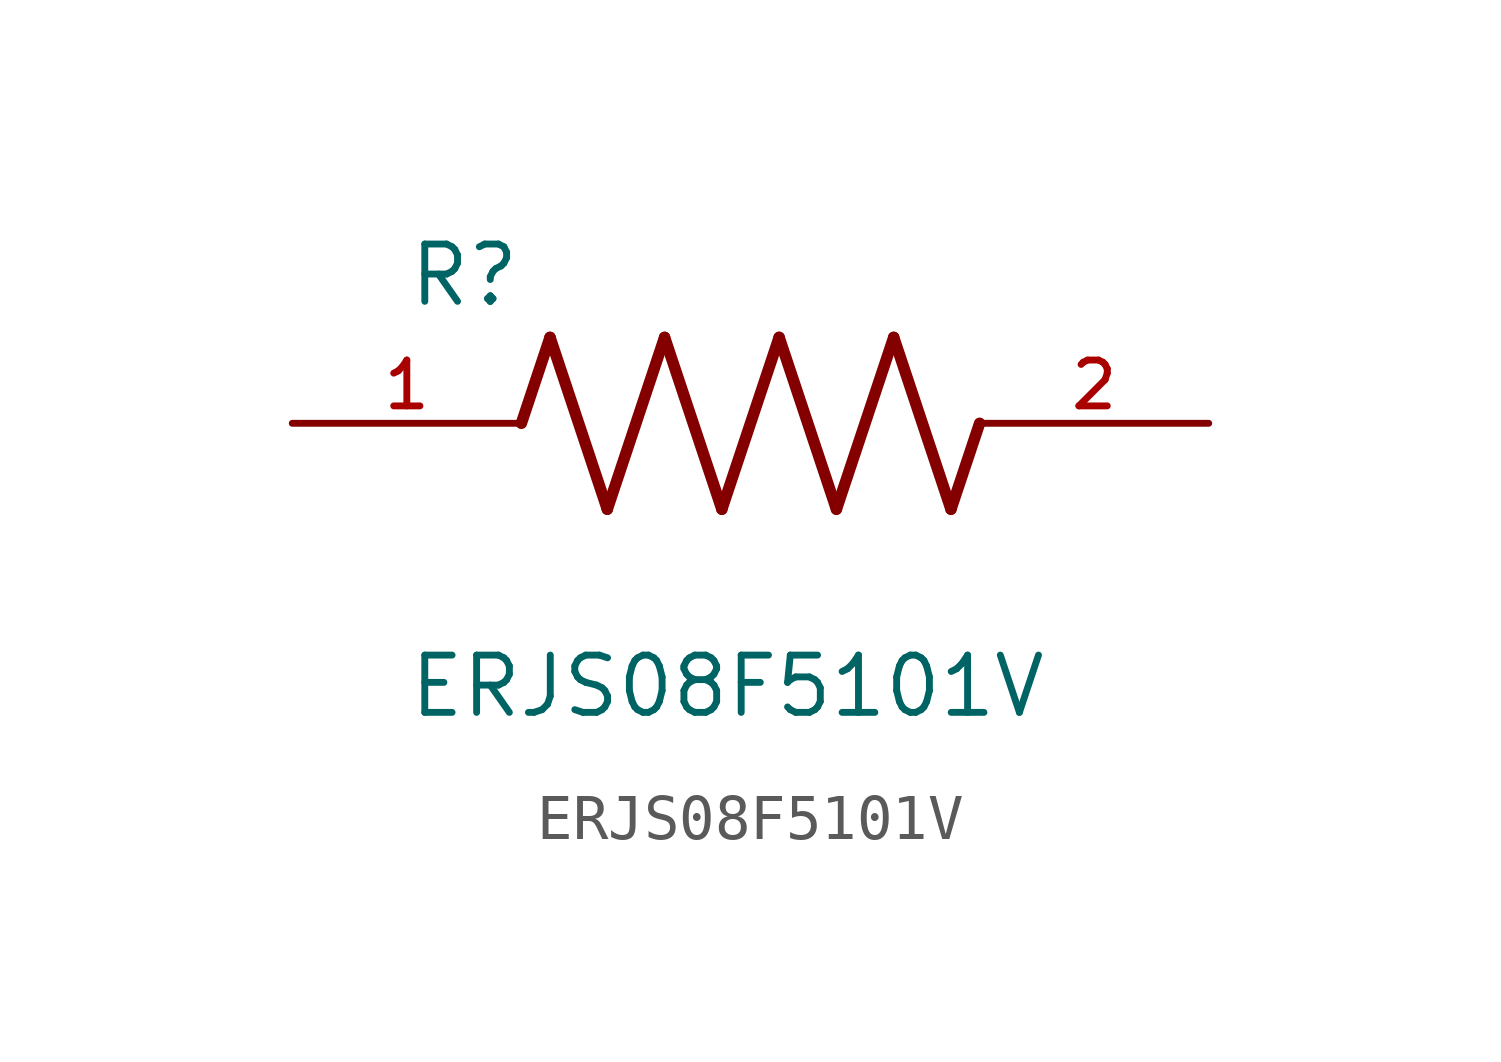
<source format=kicad_sym>
(kicad_symbol_lib
  (version 20211014)
  (generator kicad_symbol_editor)
  (symbol "ERJS08F5101V"
    (pin_names
      (offset 1.016))
    (property "Reference" "R"
      (at -7.624 2.541 0)
      (effects (font (size 1.27 1.27)) (justify bottom left)))
    (property "Value" "ERJS08F5101V"
      (at -7.624 -5.087 0)
      (effects (font (size 1.27 1.27)) (justify top left)))
    (symbol "ERJS08F5101V_0_0"
      (polyline (pts (xy -5.08 0.0) (xy -4.445 1.905)) (stroke (width 0.254)))
      (polyline (pts (xy -4.445 1.905) (xy -3.175 -1.905)) (stroke (width 0.254)))
      (polyline (pts (xy -3.175 -1.905) (xy -1.905 1.905)) (stroke (width 0.254)))
      (polyline (pts (xy -1.905 1.905) (xy -0.635 -1.905)) (stroke (width 0.254)))
      (polyline (pts (xy -0.635 -1.905) (xy 0.635 1.905)) (stroke (width 0.254)))
      (polyline (pts (xy 0.635 1.905) (xy 1.905 -1.905)) (stroke (width 0.254)))
      (polyline (pts (xy 1.905 -1.905) (xy 3.175 1.905)) (stroke (width 0.254)))
      (polyline (pts (xy 3.175 1.905) (xy 4.445 -1.905)) (stroke (width 0.254)))
      (polyline (pts (xy 4.445 -1.905) (xy 5.08 0.0)) (stroke (width 0.254)))
      (pin passive line (at -10.16 0.0 0) (length 5.08) (name "~" (effects (font (size 1.016 1.016)))) (number "1" (effects (font (size 1.016 1.016)))))
      (pin passive line (at 10.16 0.0 180.0) (length 5.08) (name "~" (effects (font (size 1.016 1.016)))) (number "2" (effects (font (size 1.016 1.016))))))))
</source>
